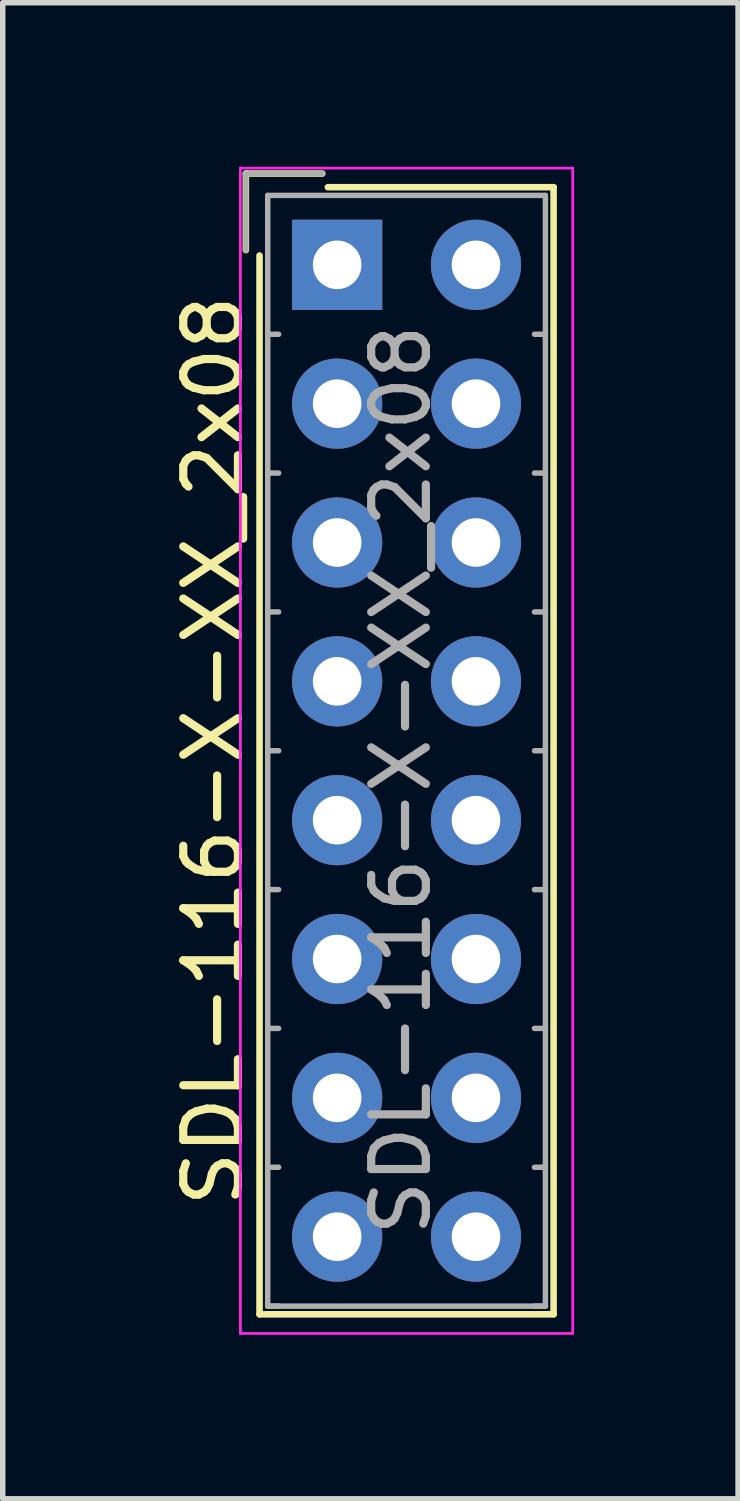
<source format=kicad_pcb>
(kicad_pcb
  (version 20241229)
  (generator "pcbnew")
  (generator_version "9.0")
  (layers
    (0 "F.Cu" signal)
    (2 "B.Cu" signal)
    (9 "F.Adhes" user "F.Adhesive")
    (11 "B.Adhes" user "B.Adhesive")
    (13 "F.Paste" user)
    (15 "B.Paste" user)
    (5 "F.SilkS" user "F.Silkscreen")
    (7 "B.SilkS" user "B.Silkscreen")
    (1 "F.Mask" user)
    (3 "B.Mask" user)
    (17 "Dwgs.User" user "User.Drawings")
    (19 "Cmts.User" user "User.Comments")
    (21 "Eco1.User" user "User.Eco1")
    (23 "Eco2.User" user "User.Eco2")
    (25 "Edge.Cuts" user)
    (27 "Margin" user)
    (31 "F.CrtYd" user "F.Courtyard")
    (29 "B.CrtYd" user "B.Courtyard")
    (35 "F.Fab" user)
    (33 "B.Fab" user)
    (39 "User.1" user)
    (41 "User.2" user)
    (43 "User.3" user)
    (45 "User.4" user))
  (footprint "SDL-116-X-XX_2x08"
    (layer "F.Cu")
    (at 3.118 1.795)
    (property "Reference" "SDL-116-X-XX_2x08" (at -2.27 8.89 90) (layer "F.SilkS") (effects (font (size 1 1) (thickness 0.15))))
    (attr through_hole)
    (fp_line (start -1.67 -1.67) (end -1.67 -0.27) (stroke (width 0.12) (type solid)) (layer "F.SilkS"))
    (fp_line (start -1.42 19.2) (end -1.42 -0.17) (stroke (width 0.12) (type solid)) (layer "F.SilkS"))
    (fp_line (start -0.27 -1.67) (end -1.67 -1.67) (stroke (width 0.12) (type solid)) (layer "F.SilkS"))
    (fp_line (start -0.17 -1.42) (end 3.96 -1.42) (stroke (width 0.12) (type solid)) (layer "F.SilkS"))
    (fp_line (start 3.96 -1.42) (end 3.96 19.2) (stroke (width 0.12) (type solid)) (layer "F.SilkS"))
    (fp_line (start 3.96 19.2) (end -1.42 19.2) (stroke (width 0.12) (type solid)) (layer "F.SilkS"))
    (fp_line (start -1.77 -1.77) (end -1.77 19.55) (stroke (width 0.05) (type solid)) (layer "F.CrtYd"))
    (fp_line (start -1.77 19.55) (end 4.31 19.55) (stroke (width 0.05) (type solid)) (layer "F.CrtYd"))
    (fp_line (start 4.31 -1.77) (end -1.77 -1.77) (stroke (width 0.05) (type solid)) (layer "F.CrtYd"))
    (fp_line (start 4.31 19.55) (end 4.31 -1.77) (stroke (width 0.05) (type solid)) (layer "F.CrtYd"))
    (fp_line (start -1.67 -1.67) (end -1.67 -0.27) (stroke (width 0.1) (type solid)) (layer "F.Fab"))
    (fp_line (start -1.27 -1.27) (end -1.27 19.05) (stroke (width 0.1) (type solid)) (layer "F.Fab"))
    (fp_line (start -1.27 1.27) (end -1.07 1.27) (stroke (width 0.1) (type solid)) (layer "F.Fab"))
    (fp_line (start -1.27 3.81) (end -1.07 3.81) (stroke (width 0.1) (type solid)) (layer "F.Fab"))
    (fp_line (start -1.27 6.35) (end -1.07 6.35) (stroke (width 0.1) (type solid)) (layer "F.Fab"))
    (fp_line (start -1.27 8.89) (end -1.07 8.89) (stroke (width 0.1) (type solid)) (layer "F.Fab"))
    (fp_line (start -1.27 11.43) (end -1.07 11.43) (stroke (width 0.1) (type solid)) (layer "F.Fab"))
    (fp_line (start -1.27 13.97) (end -1.07 13.97) (stroke (width 0.1) (type solid)) (layer "F.Fab"))
    (fp_line (start -1.27 16.51) (end -1.07 16.51) (stroke (width 0.1) (type solid)) (layer "F.Fab"))
    (fp_line (start -1.27 19.05) (end -1.07 19.05) (stroke (width 0.1) (type solid)) (layer "F.Fab"))
    (fp_line (start -1.27 19.05) (end 3.81 19.05) (stroke (width 0.1) (type solid)) (layer "F.Fab"))
    (fp_line (start -0.27 -1.67) (end -1.67 -1.67) (stroke (width 0.1) (type solid)) (layer "F.Fab"))
    (fp_line (start 3.81 -1.27) (end -1.27 -1.27) (stroke (width 0.1) (type solid)) (layer "F.Fab"))
    (fp_line (start 3.81 1.27) (end 3.61 1.27) (stroke (width 0.1) (type solid)) (layer "F.Fab"))
    (fp_line (start 3.81 3.81) (end 3.61 3.81) (stroke (width 0.1) (type solid)) (layer "F.Fab"))
    (fp_line (start 3.81 6.35) (end 3.61 6.35) (stroke (width 0.1) (type solid)) (layer "F.Fab"))
    (fp_line (start 3.81 8.89) (end 3.61 8.89) (stroke (width 0.1) (type solid)) (layer "F.Fab"))
    (fp_line (start 3.81 11.43) (end 3.61 11.43) (stroke (width 0.1) (type solid)) (layer "F.Fab"))
    (fp_line (start 3.81 13.97) (end 3.61 13.97) (stroke (width 0.1) (type solid)) (layer "F.Fab"))
    (fp_line (start 3.81 16.51) (end 3.61 16.51) (stroke (width 0.1) (type solid)) (layer "F.Fab"))
    (fp_line (start 3.81 19.05) (end 3.61 19.05) (stroke (width 0.1) (type solid)) (layer "F.Fab"))
    (fp_line (start 3.81 19.05) (end 3.81 -1.27) (stroke (width 0.1) (type solid)) (layer "F.Fab"))
    (fp_text user "${REFERENCE}" (at 1.168 9.423 90) (layer "F.Fab") (effects (font (size 1 1) (thickness 0.15))))
    (pad "1" thru_hole rect (at 0 0) (size 1.651 1.651) (drill 0.889) (layers "*.Cu" "*.Mask"))
    (pad "2" thru_hole circle (at 2.54 0) (size 1.651 1.651) (drill 0.889) (layers "*.Cu" "*.Mask"))
    (pad "3" thru_hole circle (at 0 2.54) (size 1.651 1.651) (drill 0.889) (layers "*.Cu" "*.Mask"))
    (pad "4" thru_hole circle (at 2.54 2.54) (size 1.651 1.651) (drill 0.889) (layers "*.Cu" "*.Mask"))
    (pad "5" thru_hole circle (at 0 5.08) (size 1.651 1.651) (drill 0.889) (layers "*.Cu" "*.Mask"))
    (pad "6" thru_hole circle (at 2.54 5.08) (size 1.651 1.651) (drill 0.889) (layers "*.Cu" "*.Mask"))
    (pad "7" thru_hole circle (at 0 7.62) (size 1.651 1.651) (drill 0.889) (layers "*.Cu" "*.Mask"))
    (pad "8" thru_hole circle (at 2.54 7.62) (size 1.651 1.651) (drill 0.889) (layers "*.Cu" "*.Mask"))
    (pad "9" thru_hole circle (at 0 10.16) (size 1.651 1.651) (drill 0.889) (layers "*.Cu" "*.Mask"))
    (pad "10" thru_hole circle (at 2.54 10.16) (size 1.651 1.651) (drill 0.889) (layers "*.Cu" "*.Mask"))
    (pad "11" thru_hole circle (at 0 12.7) (size 1.651 1.651) (drill 0.889) (layers "*.Cu" "*.Mask"))
    (pad "12" thru_hole circle (at 2.54 12.7) (size 1.651 1.651) (drill 0.889) (layers "*.Cu" "*.Mask"))
    (pad "13" thru_hole circle (at 0 15.24) (size 1.651 1.651) (drill 0.889) (layers "*.Cu" "*.Mask"))
    (pad "14" thru_hole circle (at 2.54 15.24) (size 1.651 1.651) (drill 0.889) (layers "*.Cu" "*.Mask"))
    (pad "15" thru_hole circle (at 0 17.78) (size 1.651 1.651) (drill 0.889) (layers "*.Cu" "*.Mask"))
    (pad "16" thru_hole circle (at 2.54 17.78) (size 1.651 1.651) (drill 0.889) (layers "*.Cu" "*.Mask")))
  (gr_rect
    (start -3 -3)
    (end 10.453 24.37)
    (stroke (width 0.1) (type default))
    (fill no)
    (layer "Edge.Cuts")))
</source>
